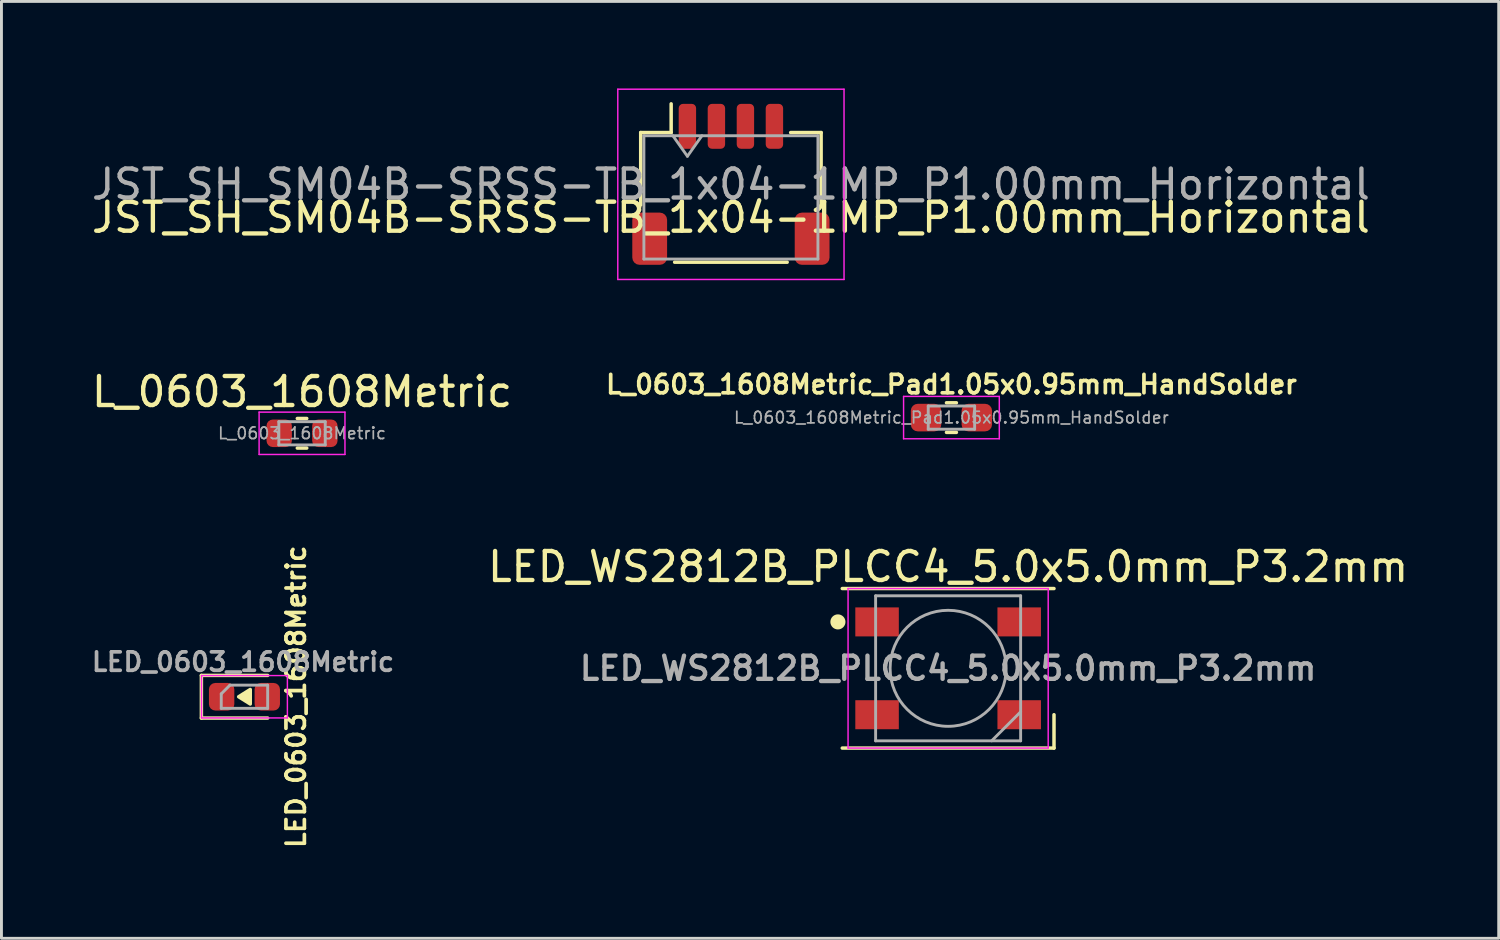
<source format=kicad_pcb>
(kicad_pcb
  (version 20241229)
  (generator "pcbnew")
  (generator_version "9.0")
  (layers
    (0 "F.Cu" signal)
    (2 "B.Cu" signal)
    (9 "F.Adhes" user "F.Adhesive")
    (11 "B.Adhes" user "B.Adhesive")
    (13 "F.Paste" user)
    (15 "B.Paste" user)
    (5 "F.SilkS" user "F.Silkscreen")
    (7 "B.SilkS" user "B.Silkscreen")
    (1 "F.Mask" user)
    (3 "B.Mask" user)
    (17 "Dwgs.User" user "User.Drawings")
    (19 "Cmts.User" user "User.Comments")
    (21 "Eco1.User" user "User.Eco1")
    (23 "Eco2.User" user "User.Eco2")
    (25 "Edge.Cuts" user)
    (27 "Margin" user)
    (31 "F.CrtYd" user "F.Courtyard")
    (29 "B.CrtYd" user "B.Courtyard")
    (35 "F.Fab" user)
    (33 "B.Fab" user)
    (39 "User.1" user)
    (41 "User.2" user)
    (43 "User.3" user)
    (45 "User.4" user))
  (footprint "L_0603_1608Metric_Pad1.05x0.95mm_HandSolder"
    (layer "F.Cu")
    (at 29.752 11.347)
    (property "Reference" "L_0603_1608Metric_Pad1.05x0.95mm_HandSolder" (at 0 -1.143 180) (layer "F.SilkS") (effects (font (size 0.635 0.635) (thickness 0.127))))
    (attr smd)
    (fp_line (start -0.171 -0.51) (end 0.171 -0.51) (stroke (width 0.12) (type solid)) (layer "F.SilkS"))
    (fp_line (start -0.171 0.51) (end 0.171 0.51) (stroke (width 0.12) (type solid)) (layer "F.SilkS"))
    (fp_line (start -1.65 -0.73) (end 1.65 -0.73) (stroke (width 0.05) (type solid)) (layer "F.CrtYd"))
    (fp_line (start -1.65 0.73) (end -1.65 -0.73) (stroke (width 0.05) (type solid)) (layer "F.CrtYd"))
    (fp_line (start 1.65 -0.73) (end 1.65 0.73) (stroke (width 0.05) (type solid)) (layer "F.CrtYd"))
    (fp_line (start 1.65 0.73) (end -1.65 0.73) (stroke (width 0.05) (type solid)) (layer "F.CrtYd"))
    (fp_line (start -0.8 -0.4) (end 0.8 -0.4) (stroke (width 0.1) (type solid)) (layer "F.Fab"))
    (fp_line (start -0.8 0.4) (end -0.8 -0.4) (stroke (width 0.1) (type solid)) (layer "F.Fab"))
    (fp_line (start 0.8 -0.4) (end 0.8 0.4) (stroke (width 0.1) (type solid)) (layer "F.Fab"))
    (fp_line (start 0.8 0.4) (end -0.8 0.4) (stroke (width 0.1) (type solid)) (layer "F.Fab"))
    (fp_text user "${REFERENCE}" (at 0 0 180) (layer "F.Fab") (effects (font (size 0.4 0.4) (thickness 0.06))))
    (pad "1" smd roundrect (at -0.875 0) (size 1.05 0.95) (layers "F.Cu" "F.Mask" "F.Paste") (roundrect_rratio 0.25))
    (pad "2" smd roundrect (at 0.875 0) (size 1.05 0.95) (layers "F.Cu" "F.Mask" "F.Paste") (roundrect_rratio 0.25)))
  (footprint "L_0603_1608Metric"
    (layer "F.Cu")
    (at 7.363 11.888)
    (property "Reference" "L_0603_1608Metric" (at 0 -1.43 0) (layer "F.SilkS") (effects (font (size 1 1) (thickness 0.15))))
    (attr smd)
    (fp_line (start -0.163 -0.51) (end 0.163 -0.51) (stroke (width 0.12) (type solid)) (layer "F.SilkS"))
    (fp_line (start -0.163 0.51) (end 0.163 0.51) (stroke (width 0.12) (type solid)) (layer "F.SilkS"))
    (fp_line (start -1.48 -0.73) (end 1.48 -0.73) (stroke (width 0.05) (type solid)) (layer "F.CrtYd"))
    (fp_line (start -1.48 0.73) (end -1.48 -0.73) (stroke (width 0.05) (type solid)) (layer "F.CrtYd"))
    (fp_line (start 1.48 -0.73) (end 1.48 0.73) (stroke (width 0.05) (type solid)) (layer "F.CrtYd"))
    (fp_line (start 1.48 0.73) (end -1.48 0.73) (stroke (width 0.05) (type solid)) (layer "F.CrtYd"))
    (fp_line (start -0.8 -0.4) (end 0.8 -0.4) (stroke (width 0.1) (type solid)) (layer "F.Fab"))
    (fp_line (start -0.8 0.4) (end -0.8 -0.4) (stroke (width 0.1) (type solid)) (layer "F.Fab"))
    (fp_line (start 0.8 -0.4) (end 0.8 0.4) (stroke (width 0.1) (type solid)) (layer "F.Fab"))
    (fp_line (start 0.8 0.4) (end -0.8 0.4) (stroke (width 0.1) (type solid)) (layer "F.Fab"))
    (fp_text user "${REFERENCE}" (at 0 0 0) (layer "F.Fab") (effects (font (size 0.4 0.4) (thickness 0.06))))
    (pad "1" smd roundrect (at -0.787 0) (size 0.875 0.95) (layers "F.Cu" "F.Mask" "F.Paste") (roundrect_rratio 0.25))
    (pad "2" smd roundrect (at 0.787 0) (size 0.875 0.95) (layers "F.Cu" "F.Mask" "F.Paste") (roundrect_rratio 0.25)))
  (footprint "JST_SH_SM04B-SRSS-TB_1x04-1MP_P1.00mm_Horizontal"
    (layer "F.Cu")
    (at 22.149 3.305)
    (property "Reference" "JST_SH_SM04B-SRSS-TB_1x04-1MP_P1.00mm_Horizontal" (at 0 1.143 0) (layer "F.SilkS") (effects (font (size 1 1) (thickness 0.15))))
    (attr smd)
    (fp_line (start -3.11 -1.785) (end -2.06 -1.785) (stroke (width 0.12) (type solid)) (layer "F.SilkS"))
    (fp_line (start -3.11 0.715) (end -3.11 -1.785) (stroke (width 0.12) (type solid)) (layer "F.SilkS"))
    (fp_line (start -2.06 -1.785) (end -2.06 -2.775) (stroke (width 0.12) (type solid)) (layer "F.SilkS"))
    (fp_line (start -1.94 2.685) (end 1.94 2.685) (stroke (width 0.12) (type solid)) (layer "F.SilkS"))
    (fp_line (start 3.11 -1.785) (end 2.06 -1.785) (stroke (width 0.12) (type solid)) (layer "F.SilkS"))
    (fp_line (start 3.11 0.715) (end 3.11 -1.785) (stroke (width 0.12) (type solid)) (layer "F.SilkS"))
    (fp_line (start -3.9 -3.28) (end -3.9 3.28) (stroke (width 0.05) (type solid)) (layer "F.CrtYd"))
    (fp_line (start -3.9 3.28) (end 3.9 3.28) (stroke (width 0.05) (type solid)) (layer "F.CrtYd"))
    (fp_line (start 3.9 -3.28) (end -3.9 -3.28) (stroke (width 0.05) (type solid)) (layer "F.CrtYd"))
    (fp_line (start 3.9 3.28) (end 3.9 -3.28) (stroke (width 0.05) (type solid)) (layer "F.CrtYd"))
    (fp_line (start -3 -1.675) (end -3 2.575) (stroke (width 0.1) (type solid)) (layer "F.Fab"))
    (fp_line (start -3 -1.675) (end 3 -1.675) (stroke (width 0.1) (type solid)) (layer "F.Fab"))
    (fp_line (start -3 2.575) (end 3 2.575) (stroke (width 0.1) (type solid)) (layer "F.Fab"))
    (fp_line (start -2 -1.675) (end -1.5 -0.968) (stroke (width 0.1) (type solid)) (layer "F.Fab"))
    (fp_line (start -1.5 -0.968) (end -1 -1.675) (stroke (width 0.1) (type solid)) (layer "F.Fab"))
    (fp_line (start 3 -1.675) (end 3 2.575) (stroke (width 0.1) (type solid)) (layer "F.Fab"))
    (fp_text user "${REFERENCE}" (at 0 0 0) (layer "F.Fab") (effects (font (size 1 1) (thickness 0.15))))
    (pad "1" smd roundrect (at -1.5 -2) (size 0.6 1.55) (layers "F.Cu" "F.Mask" "F.Paste") (roundrect_rratio 0.25))
    (pad "2" smd roundrect (at -0.5 -2) (size 0.6 1.55) (layers "F.Cu" "F.Mask" "F.Paste") (roundrect_rratio 0.25))
    (pad "3" smd roundrect (at 0.5 -2) (size 0.6 1.55) (layers "F.Cu" "F.Mask" "F.Paste") (roundrect_rratio 0.25))
    (pad "4" smd roundrect (at 1.5 -2) (size 0.6 1.55) (layers "F.Cu" "F.Mask" "F.Paste") (roundrect_rratio 0.25))
    (pad "MP" smd roundrect (at -2.8 1.875) (size 1.2 1.8) (layers "F.Cu" "F.Mask" "F.Paste") (roundrect_rratio 0.208))
    (pad "MP" smd roundrect (at 2.8 1.875) (size 1.2 1.8) (layers "F.Cu" "F.Mask" "F.Paste") (roundrect_rratio 0.208)))
  (footprint "LED_WS2812B_PLCC4_5.0x5.0mm_P3.2mm"
    (layer "F.Cu")
    (at 29.638 19.991)
    (property "Reference" "LED_WS2812B_PLCC4_5.0x5.0mm_P3.2mm" (at 0 -3.5 0) (layer "F.SilkS") (effects (font (size 1 1) (thickness 0.15))))
    (attr smd)
    (fp_line (start -3.65 -2.75) (end 3.65 -2.75) (stroke (width 0.12) (type solid)) (layer "F.SilkS"))
    (fp_line (start -3.65 2.75) (end 3.65 2.75) (stroke (width 0.12) (type solid)) (layer "F.SilkS"))
    (fp_line (start 3.65 2.75) (end 3.65 1.6) (stroke (width 0.12) (type solid)) (layer "F.SilkS"))
    (fp_circle (center -3.8 -1.6) (end -3.6 -1.6) (stroke (width 0.12) (type solid)) (fill yes) (layer "F.SilkS"))
    (fp_line (start -3.45 -2.75) (end -3.45 2.75) (stroke (width 0.05) (type solid)) (layer "F.CrtYd"))
    (fp_line (start -3.45 2.75) (end 3.45 2.75) (stroke (width 0.05) (type solid)) (layer "F.CrtYd"))
    (fp_line (start 3.45 -2.75) (end -3.45 -2.75) (stroke (width 0.05) (type solid)) (layer "F.CrtYd"))
    (fp_line (start 3.45 2.75) (end 3.45 -2.75) (stroke (width 0.05) (type solid)) (layer "F.CrtYd"))
    (fp_line (start -2.5 -2.5) (end -2.5 2.5) (stroke (width 0.1) (type solid)) (layer "F.Fab"))
    (fp_line (start -2.5 2.5) (end 2.5 2.5) (stroke (width 0.1) (type solid)) (layer "F.Fab"))
    (fp_line (start 2.5 -2.5) (end -2.5 -2.5) (stroke (width 0.1) (type solid)) (layer "F.Fab"))
    (fp_line (start 2.5 1.5) (end 1.5 2.5) (stroke (width 0.1) (type solid)) (layer "F.Fab"))
    (fp_line (start 2.5 2.5) (end 2.5 -2.5) (stroke (width 0.1) (type solid)) (layer "F.Fab"))
    (fp_circle (center 0 0) (end 0 -2) (stroke (width 0.1) (type solid)) (fill no) (layer "F.Fab"))
    (fp_text user "${REFERENCE}" (at 0 0 0) (layer "F.Fab") (effects (font (size 0.8 0.8) (thickness 0.15))))
    (pad "1" smd rect (at -2.45 -1.6) (size 1.5 1) (layers "F.Cu" "F.Mask" "F.Paste"))
    (pad "2" smd rect (at -2.45 1.6) (size 1.5 1) (layers "F.Cu" "F.Mask" "F.Paste"))
    (pad "3" smd rect (at 2.45 1.6) (size 1.5 1) (layers "F.Cu" "F.Mask" "F.Paste"))
    (pad "4" smd rect (at 2.45 -1.6) (size 1.5 1) (layers "F.Cu" "F.Mask" "F.Paste")))
  (footprint "LED_0603_1608Metric"
    (layer "F.Cu")
    (at 5.378 20.971)
    (property "Reference" "LED_0603_1608Metric" (at 1.778 0 90) (layer "F.SilkS") (effects (font (size 0.635 0.635) (thickness 0.127))))
    (attr smd)
    (fp_line (start -1.485 -0.735) (end -1.485 0.735) (stroke (width 0.12) (type solid)) (layer "F.SilkS"))
    (fp_line (start -1.485 0.735) (end 0.8 0.735) (stroke (width 0.12) (type solid)) (layer "F.SilkS"))
    (fp_line (start 0.8 -0.735) (end -1.485 -0.735) (stroke (width 0.12) (type solid)) (layer "F.SilkS"))
    (fp_poly (pts (xy 0.2 0.25) (xy -0.2 0) (xy 0.2 -0.25)) (stroke (width 0.12) (type solid)) (fill yes) (layer "F.SilkS"))
    (fp_line (start -1.48 -0.73) (end 1.48 -0.73) (stroke (width 0.05) (type solid)) (layer "F.CrtYd"))
    (fp_line (start -1.48 0.73) (end -1.48 -0.73) (stroke (width 0.05) (type solid)) (layer "F.CrtYd"))
    (fp_line (start 1.48 -0.73) (end 1.48 0.73) (stroke (width 0.05) (type solid)) (layer "F.CrtYd"))
    (fp_line (start 1.48 0.73) (end -1.48 0.73) (stroke (width 0.05) (type solid)) (layer "F.CrtYd"))
    (fp_line (start -0.8 -0.1) (end -0.8 0.4) (stroke (width 0.1) (type solid)) (layer "F.Fab"))
    (fp_line (start -0.8 0.4) (end 0.8 0.4) (stroke (width 0.1) (type solid)) (layer "F.Fab"))
    (fp_line (start -0.5 -0.4) (end -0.8 -0.1) (stroke (width 0.1) (type solid)) (layer "F.Fab"))
    (fp_line (start 0.8 -0.4) (end -0.5 -0.4) (stroke (width 0.1) (type solid)) (layer "F.Fab"))
    (fp_line (start 0.8 0.4) (end 0.8 -0.4) (stroke (width 0.1) (type solid)) (layer "F.Fab"))
    (fp_text user "${REFERENCE}" (at -0.05 -1.2 180) (layer "F.Fab") (effects (font (size 0.635 0.635) (thickness 0.127))))
    (pad "1" smd roundrect (at -0.787 0) (size 0.875 0.95) (layers "F.Cu" "F.Mask" "F.Paste") (roundrect_rratio 0.25))
    (pad "2" smd roundrect (at 0.787 0) (size 0.875 0.95) (layers "F.Cu" "F.Mask" "F.Paste") (roundrect_rratio 0.25)))
  (gr_rect
    (start -3 -3)
    (end 48.62 29.299)
    (stroke (width 0.1) (type default))
    (fill no)
    (layer "Edge.Cuts")))
</source>
